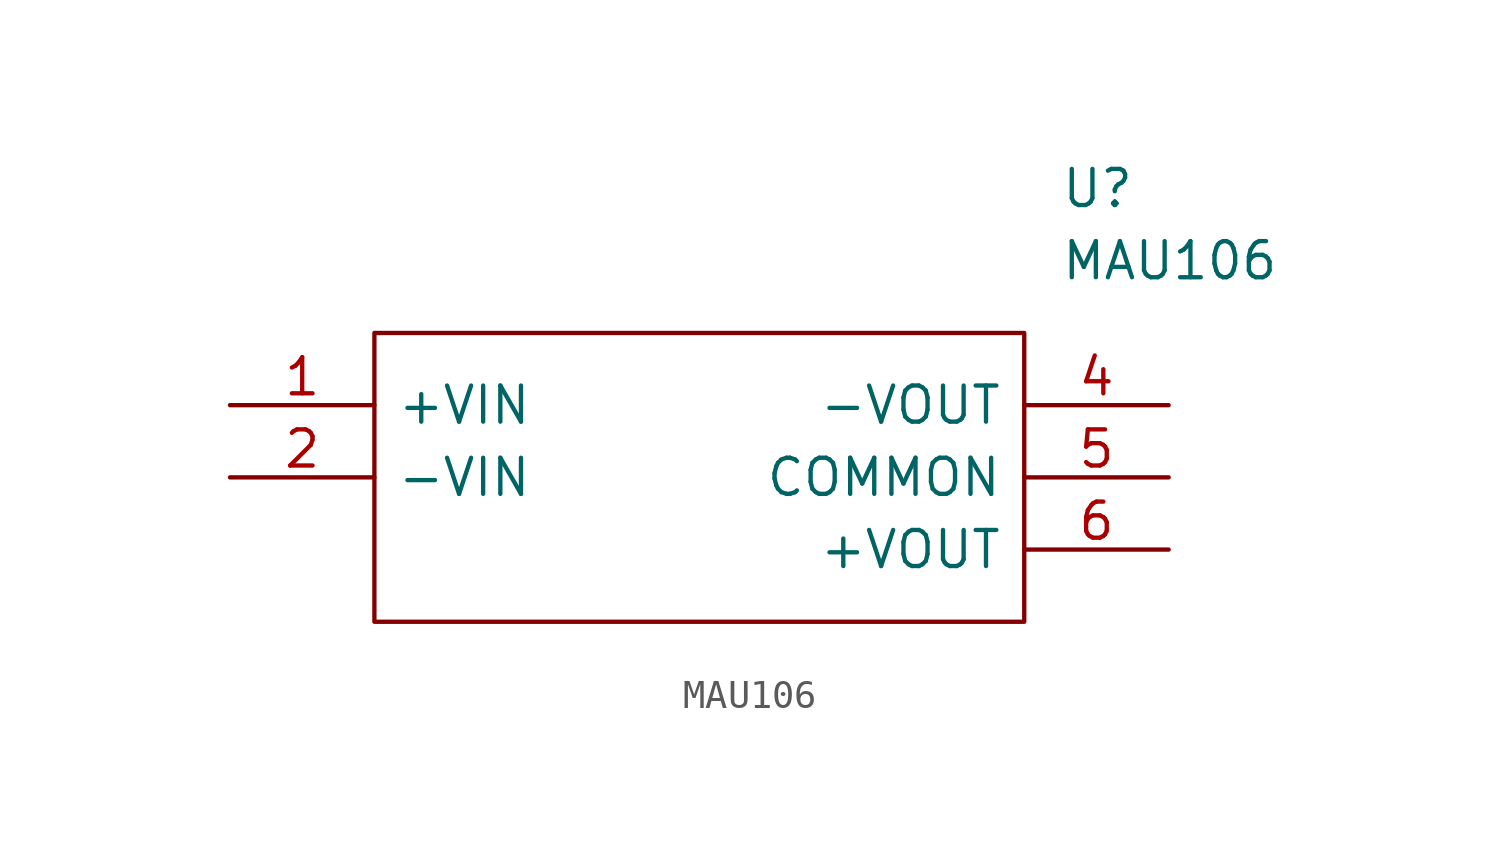
<source format=kicad_sym>
(kicad_symbol_lib
  (version 20220914)
  (generator kicad_symbol_editor)
  (symbol "MAU106"
    (pin_names
      (offset 0.762))
    (property "Reference" "U"
      (at 29.21 7.62 0)
      (effects (font (size 1.27 1.27)) (justify left)))
    (property "Value" "MAU106"
      (at 29.21 5.08 0)
      (effects (font (size 1.27 1.27)) (justify left)))
    (symbol "MAU106_0_0"
      (pin power_in line (at 0 0 0) (length 5.08) (name "+VIN" (effects (font (size 1.27 1.27)))) (number "1" (effects (font (size 1.27 1.27)))))
      (pin power_in line (at 0 -2.54 0) (length 5.08) (name "-VIN" (effects (font (size 1.27 1.27)))) (number "2" (effects (font (size 1.27 1.27)))))
      (pin power_out line (at 33.02 0 180) (length 5.08) (name "-VOUT" (effects (font (size 1.27 1.27)))) (number "4" (effects (font (size 1.27 1.27)))))
      (pin power_out line (at 33.02 -2.54 180) (length 5.08) (name "COMMON" (effects (font (size 1.27 1.27)))) (number "5" (effects (font (size 1.27 1.27)))))
      (pin power_out line (at 33.02 -5.08 180) (length 5.08) (name "+VOUT" (effects (font (size 1.27 1.27)))) (number "6" (effects (font (size 1.27 1.27))))))
    (symbol "MAU106_0_1"
      (polyline (pts (xy 5.08 2.54) (xy 27.94 2.54) (xy 27.94 -7.62) (xy 5.08 -7.62) (xy 5.08 2.54)) (stroke (width 0.152) (type solid)) (fill (type none))))))
</source>
